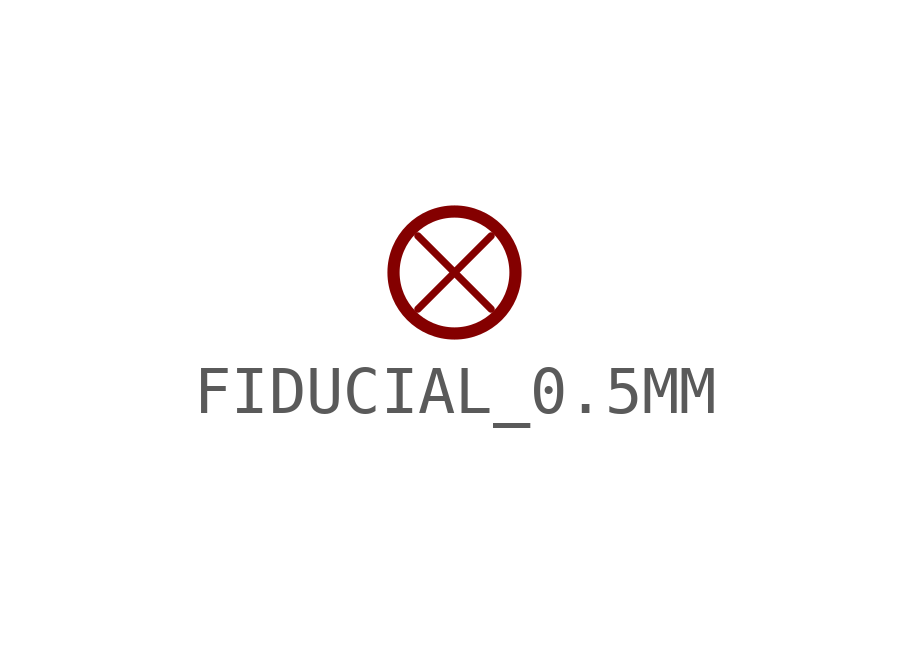
<source format=kicad_sym>
(kicad_symbol_lib
  (version 20211014)
  (generator kicad_symbol_editor)
  (symbol "FIDUCIAL_0.5MM"
    (pin_names
      (offset 1.016))
    (property "Reference" "FID"
      (at 0 0 0)
      (effects (font (size 1.27 1.27)) hide))
    (property "ki_locked" ""
      (at 0 0 0)
      (effects (font (size 1.27 1.27))))
    (symbol "FIDUCIAL_0.5MM_1_0"
      (polyline (pts (xy -0.762 0.762) (xy 0.762 -0.762)) (stroke (width 0) (type default) (color 0 0 0 0)) (fill (type none)))
      (polyline (pts (xy 0.762 0.762) (xy -0.762 -0.762)) (stroke (width 0) (type default) (color 0 0 0 0)) (fill (type none)))
      (circle (center 0 0) (radius 1.27) (stroke (width 0.254) (type default) (color 0 0 0 0)) (fill (type none))))))
</source>
